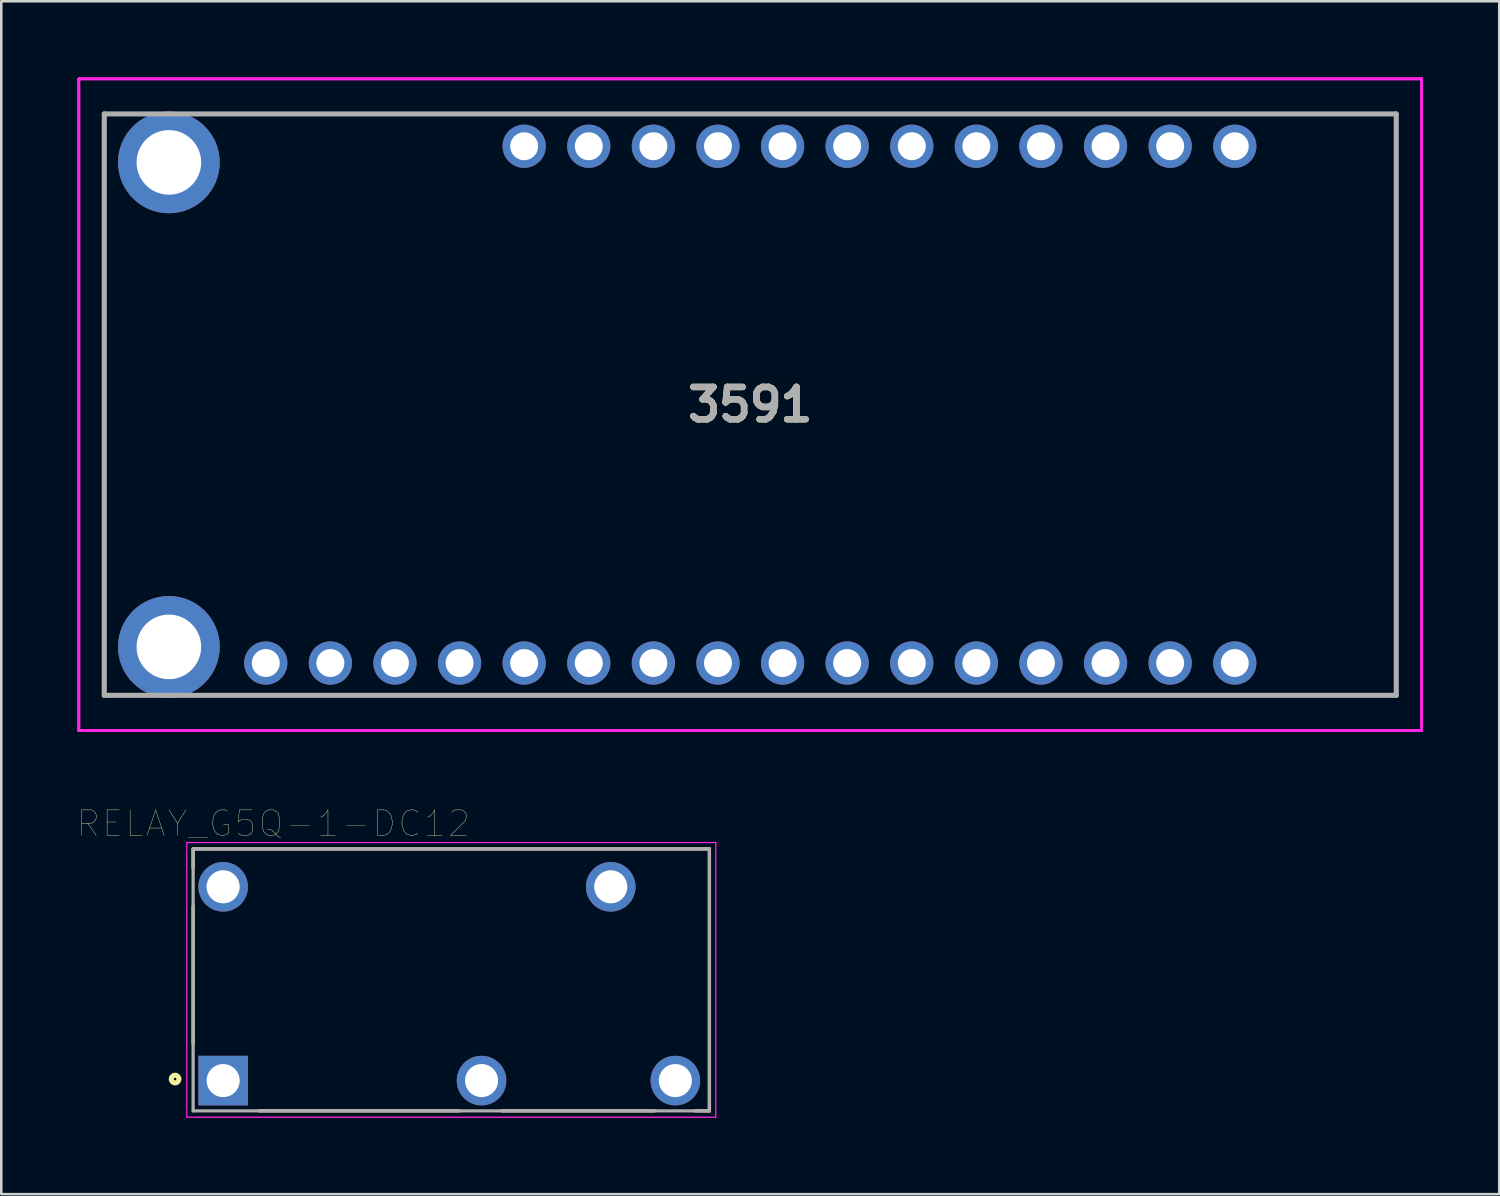
<source format=kicad_pcb>
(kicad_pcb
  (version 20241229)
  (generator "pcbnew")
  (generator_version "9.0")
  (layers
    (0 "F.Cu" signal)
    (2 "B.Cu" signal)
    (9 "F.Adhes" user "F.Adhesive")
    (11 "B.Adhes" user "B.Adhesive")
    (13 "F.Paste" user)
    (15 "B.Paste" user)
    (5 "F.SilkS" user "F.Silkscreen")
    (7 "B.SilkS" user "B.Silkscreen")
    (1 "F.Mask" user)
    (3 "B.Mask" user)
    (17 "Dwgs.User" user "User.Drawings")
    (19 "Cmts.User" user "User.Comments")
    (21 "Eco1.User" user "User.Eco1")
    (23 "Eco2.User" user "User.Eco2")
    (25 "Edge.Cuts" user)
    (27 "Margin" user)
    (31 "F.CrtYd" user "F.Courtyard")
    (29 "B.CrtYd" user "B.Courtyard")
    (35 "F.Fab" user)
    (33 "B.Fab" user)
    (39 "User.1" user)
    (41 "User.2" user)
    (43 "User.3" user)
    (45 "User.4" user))
  (footprint "3591"
    (layer "F.Cu")
    (at 45.5 23.02)
    (property "Reference" "3591" (at -19.05 -10.16 0) (layer "F.SilkS") (effects (font (size 1.27 1.27) (thickness 0.254))))
    (attr through_hole)
    (fp_line (start -35.56 -21.59) (end 6.35 -21.59) (stroke (width 0.1) (type solid)) (layer "F.SilkS"))
    (fp_line (start 6.35 -21.59) (end 6.35 1.27) (stroke (width 0.1) (type solid)) (layer "F.SilkS"))
    (fp_line (start 6.35 1.27) (end -12.7 1.27) (stroke (width 0.1) (type solid)) (layer "F.SilkS"))
    (fp_line (start -45.45 -22.97) (end 7.35 -22.97) (stroke (width 0.1) (type solid)) (layer "F.CrtYd"))
    (fp_line (start -45.45 -22.97) (end 7.35 -22.97) (stroke (width 0.1) (type solid)) (layer "F.CrtYd"))
    (fp_line (start -45.45 -22.97) (end 7.35 -22.97) (stroke (width 0.1) (type solid)) (layer "F.CrtYd"))
    (fp_line (start -45.45 -22.97) (end 7.35 -22.97) (stroke (width 0.1) (type solid)) (layer "F.CrtYd"))
    (fp_line (start -45.45 2.65) (end -45.45 -22.97) (stroke (width 0.1) (type solid)) (layer "F.CrtYd"))
    (fp_line (start -45.45 2.65) (end -45.45 -22.97) (stroke (width 0.1) (type solid)) (layer "F.CrtYd"))
    (fp_line (start -45.45 2.65) (end -45.45 -22.97) (stroke (width 0.1) (type solid)) (layer "F.CrtYd"))
    (fp_line (start -45.45 2.65) (end -45.45 -22.97) (stroke (width 0.1) (type solid)) (layer "F.CrtYd"))
    (fp_line (start 7.35 -22.97) (end 7.35 2.65) (stroke (width 0.1) (type solid)) (layer "F.CrtYd"))
    (fp_line (start 7.35 -22.97) (end 7.35 2.65) (stroke (width 0.1) (type solid)) (layer "F.CrtYd"))
    (fp_line (start 7.35 -22.97) (end 7.35 2.65) (stroke (width 0.1) (type solid)) (layer "F.CrtYd"))
    (fp_line (start 7.35 -22.97) (end 7.35 2.65) (stroke (width 0.1) (type solid)) (layer "F.CrtYd"))
    (fp_line (start 7.35 2.65) (end -45.45 2.65) (stroke (width 0.1) (type solid)) (layer "F.CrtYd"))
    (fp_line (start 7.35 2.65) (end -45.45 2.65) (stroke (width 0.1) (type solid)) (layer "F.CrtYd"))
    (fp_line (start 7.35 2.65) (end -45.45 2.65) (stroke (width 0.1) (type solid)) (layer "F.CrtYd"))
    (fp_line (start 7.35 2.65) (end -45.45 2.65) (stroke (width 0.1) (type solid)) (layer "F.CrtYd"))
    (fp_line (start -44.45 -21.59) (end 6.35 -21.59) (stroke (width 0.2) (type solid)) (layer "F.Fab"))
    (fp_line (start -44.45 1.27) (end -44.45 -21.59) (stroke (width 0.2) (type solid)) (layer "F.Fab"))
    (fp_line (start 6.35 -21.59) (end 6.35 1.27) (stroke (width 0.2) (type solid)) (layer "F.Fab"))
    (fp_line (start 6.35 1.27) (end -44.45 1.27) (stroke (width 0.2) (type solid)) (layer "F.Fab"))
    (fp_text user "${REFERENCE}" (at -19.05 -10.16 0) (layer "F.Fab") (effects (font (size 1.27 1.27) (thickness 0.254))))
    (pad "" np_thru_hole circle (at 3.81 -19.685) (size 0.001 0.001) (drill 2.286) (layers "*.Cu" "*.Mask"))
    (pad "" np_thru_hole circle (at 3.81 -0.635) (size 0.001 0.001) (drill 2.286) (layers "*.Cu" "*.Mask"))
    (pad "1" thru_hole circle (at 0 0) (size 1.7 1.7) (drill 1.1) (layers "*.Cu" "*.Mask"))
    (pad "2" thru_hole circle (at -2.54 0) (size 1.7 1.7) (drill 1.1) (layers "*.Cu" "*.Mask"))
    (pad "3" thru_hole circle (at -5.08 0) (size 1.7 1.7) (drill 1.1) (layers "*.Cu" "*.Mask"))
    (pad "4" thru_hole circle (at -7.62 0) (size 1.7 1.7) (drill 1.1) (layers "*.Cu" "*.Mask"))
    (pad "5" thru_hole circle (at -10.16 0) (size 1.7 1.7) (drill 1.1) (layers "*.Cu" "*.Mask"))
    (pad "6" thru_hole circle (at -12.7 0) (size 1.7 1.7) (drill 1.1) (layers "*.Cu" "*.Mask"))
    (pad "7" thru_hole circle (at -15.24 0) (size 1.7 1.7) (drill 1.1) (layers "*.Cu" "*.Mask"))
    (pad "8" thru_hole circle (at -17.78 0) (size 1.7 1.7) (drill 1.1) (layers "*.Cu" "*.Mask"))
    (pad "9" thru_hole circle (at -20.32 0) (size 1.7 1.7) (drill 1.1) (layers "*.Cu" "*.Mask"))
    (pad "10" thru_hole circle (at -22.86 0) (size 1.7 1.7) (drill 1.1) (layers "*.Cu" "*.Mask"))
    (pad "11" thru_hole circle (at -25.4 0) (size 1.7 1.7) (drill 1.1) (layers "*.Cu" "*.Mask"))
    (pad "12" thru_hole circle (at -27.94 0) (size 1.7 1.7) (drill 1.1) (layers "*.Cu" "*.Mask"))
    (pad "13" thru_hole circle (at -30.48 0) (size 1.7 1.7) (drill 1.1) (layers "*.Cu" "*.Mask"))
    (pad "14" thru_hole circle (at -33.02 0) (size 1.7 1.7) (drill 1.1) (layers "*.Cu" "*.Mask"))
    (pad "15" thru_hole circle (at -35.56 0) (size 1.7 1.7) (drill 1.1) (layers "*.Cu" "*.Mask"))
    (pad "16" thru_hole circle (at -38.1 0) (size 1.7 1.7) (drill 1.1) (layers "*.Cu" "*.Mask"))
    (pad "17" thru_hole circle (at -27.94 -20.32) (size 1.7 1.7) (drill 1.1) (layers "*.Cu" "*.Mask"))
    (pad "18" thru_hole circle (at -25.4 -20.32) (size 1.7 1.7) (drill 1.1) (layers "*.Cu" "*.Mask"))
    (pad "19" thru_hole circle (at -22.86 -20.32) (size 1.7 1.7) (drill 1.1) (layers "*.Cu" "*.Mask"))
    (pad "20" thru_hole circle (at -20.32 -20.32) (size 1.7 1.7) (drill 1.1) (layers "*.Cu" "*.Mask"))
    (pad "21" thru_hole circle (at -17.78 -20.32) (size 1.7 1.7) (drill 1.1) (layers "*.Cu" "*.Mask"))
    (pad "22" thru_hole circle (at -15.24 -20.32) (size 1.7 1.7) (drill 1.1) (layers "*.Cu" "*.Mask"))
    (pad "23" thru_hole circle (at -12.7 -20.32) (size 1.7 1.7) (drill 1.1) (layers "*.Cu" "*.Mask"))
    (pad "24" thru_hole circle (at -10.16 -20.32) (size 1.7 1.7) (drill 1.1) (layers "*.Cu" "*.Mask"))
    (pad "25" thru_hole circle (at -7.62 -20.32) (size 1.7 1.7) (drill 1.1) (layers "*.Cu" "*.Mask"))
    (pad "26" thru_hole circle (at -5.08 -20.32) (size 1.7 1.7) (drill 1.1) (layers "*.Cu" "*.Mask"))
    (pad "27" thru_hole circle (at -2.54 -20.32) (size 1.7 1.7) (drill 1.1) (layers "*.Cu" "*.Mask"))
    (pad "28" thru_hole circle (at 0 -20.32) (size 1.7 1.7) (drill 1.1) (layers "*.Cu" "*.Mask"))
    (pad "MH1" thru_hole circle (at -41.91 -0.635) (size 4 4) (drill 2.54) (layers "*.Cu" "*.Mask"))
    (pad "MH2" thru_hole circle (at -41.91 -19.685) (size 4 4) (drill 2.54) (layers "*.Cu" "*.Mask")))
  (footprint "RELAY_G5Q-1-DC12"
    (layer "F.Cu")
    (at 14.694 35.478)
    (property "Reference" "RELAY_G5Q-1-DC12" (at -6.996 -6.146 0) (layer "F.SilkS") (effects (font (size 1.002 1.002) (thickness 0.015))))
    (attr through_hole)
    (fp_line (start -10.15 -5.15) (end -10.15 -4.4) (stroke (width 0.127) (type solid)) (layer "F.SilkS"))
    (fp_line (start -10.15 -5.15) (end 10.15 -5.15) (stroke (width 0.127) (type solid)) (layer "F.SilkS"))
    (fp_line (start -10.15 -2.9) (end -10.15 2.5) (stroke (width 0.127) (type solid)) (layer "F.SilkS"))
    (fp_line (start 0.33 5.15) (end -7.56 5.15) (stroke (width 0.127) (type solid)) (layer "F.SilkS"))
    (fp_line (start 1.99 5.15) (end 7.99 5.15) (stroke (width 0.127) (type solid)) (layer "F.SilkS"))
    (fp_line (start 10.15 -5.15) (end 10.15 5.15) (stroke (width 0.127) (type solid)) (layer "F.SilkS"))
    (fp_line (start 10.15 5.15) (end 9.59 5.15) (stroke (width 0.127) (type solid)) (layer "F.SilkS"))
    (fp_circle (center -10.86 3.9) (end -10.71 3.9) (stroke (width 0.2) (type solid)) (fill no) (layer "F.SilkS"))
    (fp_line (start -10.4 -5.4) (end 10.4 -5.4) (stroke (width 0.05) (type solid)) (layer "F.CrtYd"))
    (fp_line (start -10.4 5.4) (end -10.4 -5.4) (stroke (width 0.05) (type solid)) (layer "F.CrtYd"))
    (fp_line (start 10.4 -5.4) (end 10.4 5.4) (stroke (width 0.05) (type solid)) (layer "F.CrtYd"))
    (fp_line (start 10.4 5.4) (end -10.4 5.4) (stroke (width 0.05) (type solid)) (layer "F.CrtYd"))
    (fp_line (start -10.15 -5.15) (end 10.15 -5.15) (stroke (width 0.127) (type solid)) (layer "F.Fab"))
    (fp_line (start -10.15 5.15) (end -10.15 -5.15) (stroke (width 0.127) (type solid)) (layer "F.Fab"))
    (fp_line (start 10.15 -5.15) (end 10.15 5.15) (stroke (width 0.127) (type solid)) (layer "F.Fab"))
    (fp_line (start 10.15 5.15) (end -10.15 5.15) (stroke (width 0.127) (type solid)) (layer "F.Fab"))
    (pad "1" thru_hole rect (at -8.97 3.96) (size 1.95 1.95) (drill 1.3) (layers "*.Cu" "*.Mask"))
    (pad "2" thru_hole circle (at 1.19 3.96) (size 1.95 1.95) (drill 1.3) (layers "*.Cu" "*.Mask"))
    (pad "3" thru_hole circle (at 8.81 3.96) (size 1.95 1.95) (drill 1.3) (layers "*.Cu" "*.Mask"))
    (pad "4" thru_hole circle (at 6.27 -3.66) (size 1.95 1.95) (drill 1.3) (layers "*.Cu" "*.Mask"))
    (pad "5" thru_hole circle (at -8.97 -3.66) (size 1.95 1.95) (drill 1.3) (layers "*.Cu" "*.Mask")))
  (gr_rect
    (start -3 -3)
    (end 55.9 43.903)
    (stroke (width 0.1) (type default))
    (fill no)
    (layer "Edge.Cuts")))
</source>
